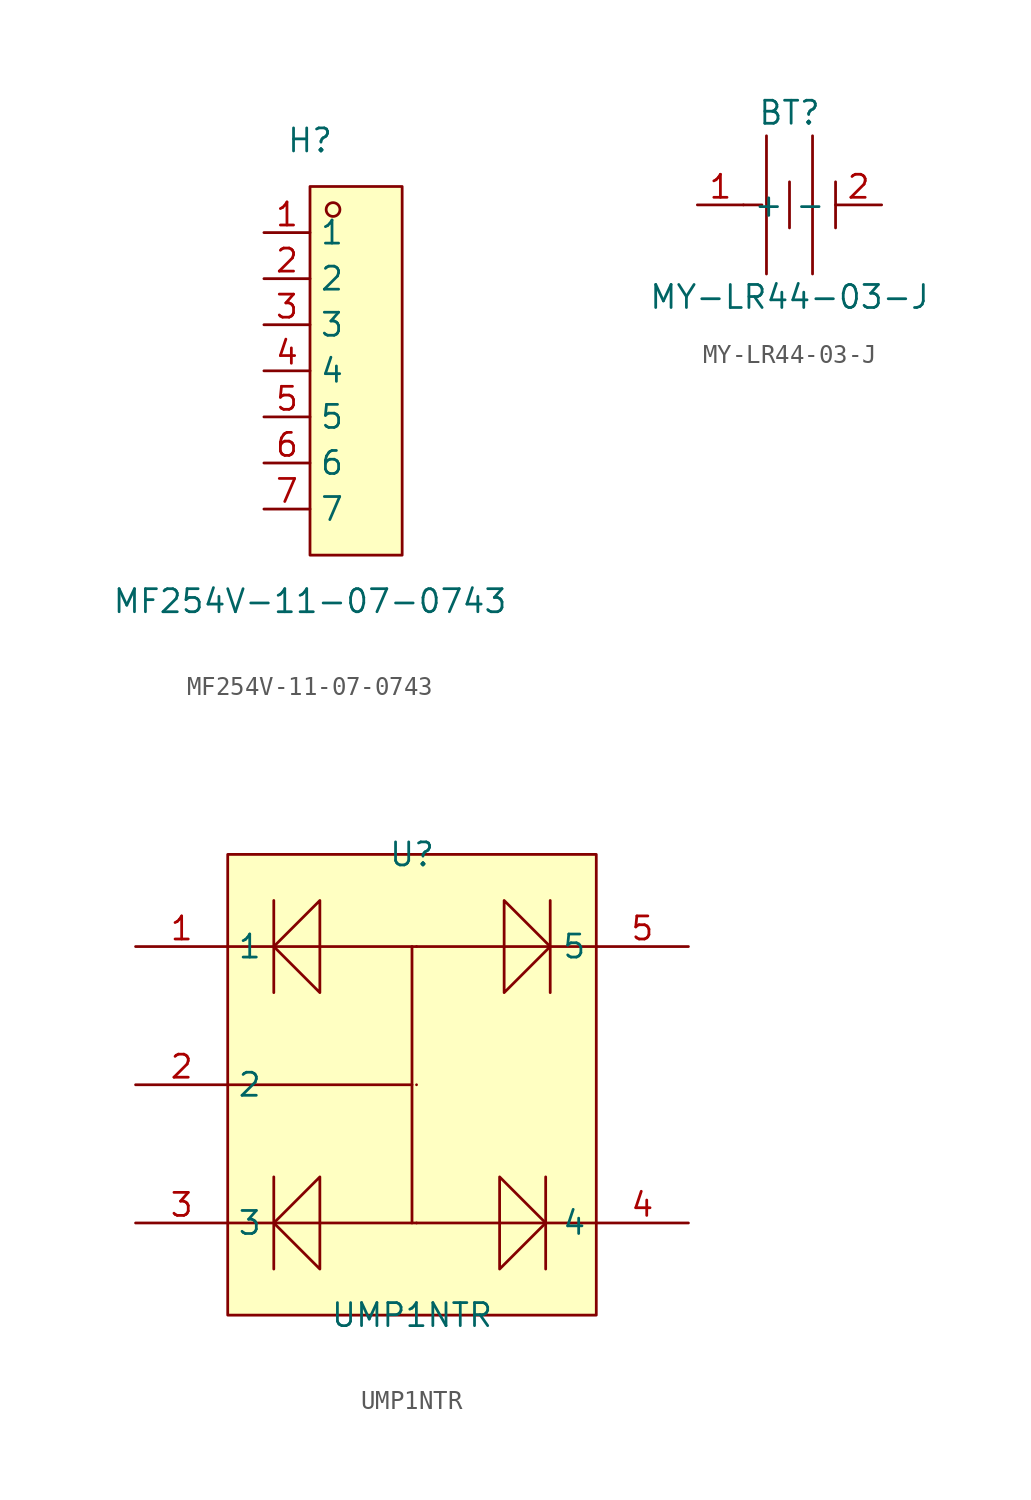
<source format=kicad_sym>
(kicad_symbol_lib
  (version 20211014)
  (generator https://github.com/uPesy/easyeda2kicad.py)
  (symbol "MF254V-11-07-0743"
    (property "Reference" "H"
      (at 0 12.70 0)
      (effects (font (size 1.27 1.27))))
    (property "Value" "MF254V-11-07-0743"
      (at 0 -12.70 0)
      (effects (font (size 1.27 1.27))))
    (symbol "MF254V-11-07-0743_0_1"
      (rectangle (start 0.00 10.16) (end 5.08 -10.16) (stroke (width 0) (type default) (color 0 0 0 0)) (fill (type background)))
      (circle (center 1.27 8.89) (radius 0.38) (stroke (width 0) (type default) (color 0 0 0 0)) (fill (type none)))
      (pin unspecified line (at -2.54 -7.62 0) (length 2.54) (name "7" (effects (font (size 1.27 1.27)))) (number "7" (effects (font (size 1.27 1.27)))))
      (pin unspecified line (at -2.54 -5.08 0) (length 2.54) (name "6" (effects (font (size 1.27 1.27)))) (number "6" (effects (font (size 1.27 1.27)))))
      (pin unspecified line (at -2.54 -2.54 0) (length 2.54) (name "5" (effects (font (size 1.27 1.27)))) (number "5" (effects (font (size 1.27 1.27)))))
      (pin unspecified line (at -2.54 -0.00 0) (length 2.54) (name "4" (effects (font (size 1.27 1.27)))) (number "4" (effects (font (size 1.27 1.27)))))
      (pin unspecified line (at -2.54 2.54 0) (length 2.54) (name "3" (effects (font (size 1.27 1.27)))) (number "3" (effects (font (size 1.27 1.27)))))
      (pin unspecified line (at -2.54 5.08 0) (length 2.54) (name "2" (effects (font (size 1.27 1.27)))) (number "2" (effects (font (size 1.27 1.27)))))
      (pin unspecified line (at -2.54 7.62 0) (length 2.54) (name "1" (effects (font (size 1.27 1.27)))) (number "1" (effects (font (size 1.27 1.27)))))))
  (symbol "MY-LR44-03-J"
    (property "Reference" "BT"
      (at 0 5.08 0)
      (effects (font (size 1.27 1.27))))
    (property "Value" "MY-LR44-03-J"
      (at 0 -5.08 0)
      (effects (font (size 1.27 1.27))))
    (symbol "MY-LR44-03-J_0_1"
      (polyline (pts (xy -2.54 -0.00) (xy -1.52 -0.00)) (stroke (width 0) (type default) (color 0 0 0 0)) (fill (type none)))
      (polyline (pts (xy 2.54 1.27) (xy 2.54 -1.27)) (stroke (width 0) (type default) (color 0 0 0 0)) (fill (type none)))
      (polyline (pts (xy 1.27 3.81) (xy 1.27 -3.81)) (stroke (width 0) (type default) (color 0 0 0 0)) (fill (type none)))
      (polyline (pts (xy 0.00 1.27) (xy 0.00 -1.27)) (stroke (width 0) (type default) (color 0 0 0 0)) (fill (type none)))
      (polyline (pts (xy -1.27 3.81) (xy -1.27 -3.81)) (stroke (width 0) (type default) (color 0 0 0 0)) (fill (type none)))
      (pin power_in line (at -5.08 -0.00 0) (length 2.54) (name "+" (effects (font (size 1.27 1.27)))) (number "1" (effects (font (size 1.27 1.27)))))
      (pin power_in line (at 5.08 -0.00 180) (length 2.54) (name "-" (effects (font (size 1.27 1.27)))) (number "2" (effects (font (size 1.27 1.27)))))))
  (symbol "UMP1NTR"
    (property "Reference" "U"
      (at 0 12.70 0)
      (effects (font (size 1.27 1.27))))
    (property "Value" "UMP1NTR"
      (at 0 -12.70 0)
      (effects (font (size 1.27 1.27))))
    (symbol "UMP1NTR_0_1"
      (rectangle (start -10.16 12.70) (end 10.16 -12.70) (stroke (width 0) (type default) (color 0 0 0 0)) (fill (type background)))
      (arc (start 0.25 7.62) (mid 0.25 7.63) (end 0.25 7.62) (stroke (width 0) (type default) (color 0 0 0 0)) (fill (type none)))
      (arc (start 0.25 0.00) (mid 0.25 0.01) (end 0.25 0.00) (stroke (width 0) (type default) (color 0 0 0 0)) (fill (type none)))
      (arc (start 0.25 -7.62) (mid 0.25 -7.61) (end 0.25 -7.62) (stroke (width 0) (type default) (color 0 0 0 0)) (fill (type none)))
      (polyline (pts (xy -7.62 -10.16) (xy -7.62 -5.08)) (stroke (width 0) (type default) (color 0 0 0 0)) (fill (type none)))
      (polyline (pts (xy 7.37 -5.08) (xy 7.37 -10.16)) (stroke (width 0) (type default) (color 0 0 0 0)) (fill (type none)))
      (polyline (pts (xy 7.62 10.16) (xy 7.62 5.08)) (stroke (width 0) (type default) (color 0 0 0 0)) (fill (type none)))
      (polyline (pts (xy -7.62 5.08) (xy -7.62 10.16)) (stroke (width 0) (type default) (color 0 0 0 0)) (fill (type none)))
      (polyline (pts (xy 0.00 -7.62) (xy 0.00 7.62)) (stroke (width 0) (type default) (color 0 0 0 0)) (fill (type none)))
      (polyline (pts (xy -10.16 -0.00) (xy 0.00 -0.00)) (stroke (width 0) (type default) (color 0 0 0 0)) (fill (type none)))
      (polyline (pts (xy -10.16 -7.62) (xy 10.16 -7.62)) (stroke (width 0) (type default) (color 0 0 0 0)) (fill (type none)))
      (polyline (pts (xy -10.16 7.62) (xy 10.16 7.62)) (stroke (width 0) (type default) (color 0 0 0 0)) (fill (type none)))
      (polyline (pts (xy -5.08 -5.08) (xy -7.62 -7.62) (xy -5.08 -10.16) (xy -5.08 -5.08)) (stroke (width 0) (type default) (color 0 0 0 0)) (fill (type background)))
      (polyline (pts (xy 4.83 -10.16) (xy 7.37 -7.62) (xy 4.83 -5.08) (xy 4.83 -10.16)) (stroke (width 0) (type default) (color 0 0 0 0)) (fill (type background)))
      (polyline (pts (xy 5.08 5.08) (xy 7.62 7.62) (xy 5.08 10.16) (xy 5.08 5.08)) (stroke (width 0) (type default) (color 0 0 0 0)) (fill (type background)))
      (polyline (pts (xy -5.08 10.16) (xy -7.62 7.62) (xy -5.08 5.08) (xy -5.08 10.16)) (stroke (width 0) (type default) (color 0 0 0 0)) (fill (type background)))
      (pin input line (at 15.24 7.62 180) (length 5.08) (name "5" (effects (font (size 1.27 1.27)))) (number "5" (effects (font (size 1.27 1.27)))))
      (pin input line (at 15.24 -7.62 180) (length 5.08) (name "4" (effects (font (size 1.27 1.27)))) (number "4" (effects (font (size 1.27 1.27)))))
      (pin input line (at -15.24 -7.62 0) (length 5.08) (name "3" (effects (font (size 1.27 1.27)))) (number "3" (effects (font (size 1.27 1.27)))))
      (pin input line (at -15.24 -0.00 0) (length 5.08) (name "2" (effects (font (size 1.27 1.27)))) (number "2" (effects (font (size 1.27 1.27)))))
      (pin input line (at -15.24 7.62 0) (length 5.08) (name "1" (effects (font (size 1.27 1.27)))) (number "1" (effects (font (size 1.27 1.27))))))))
</source>
